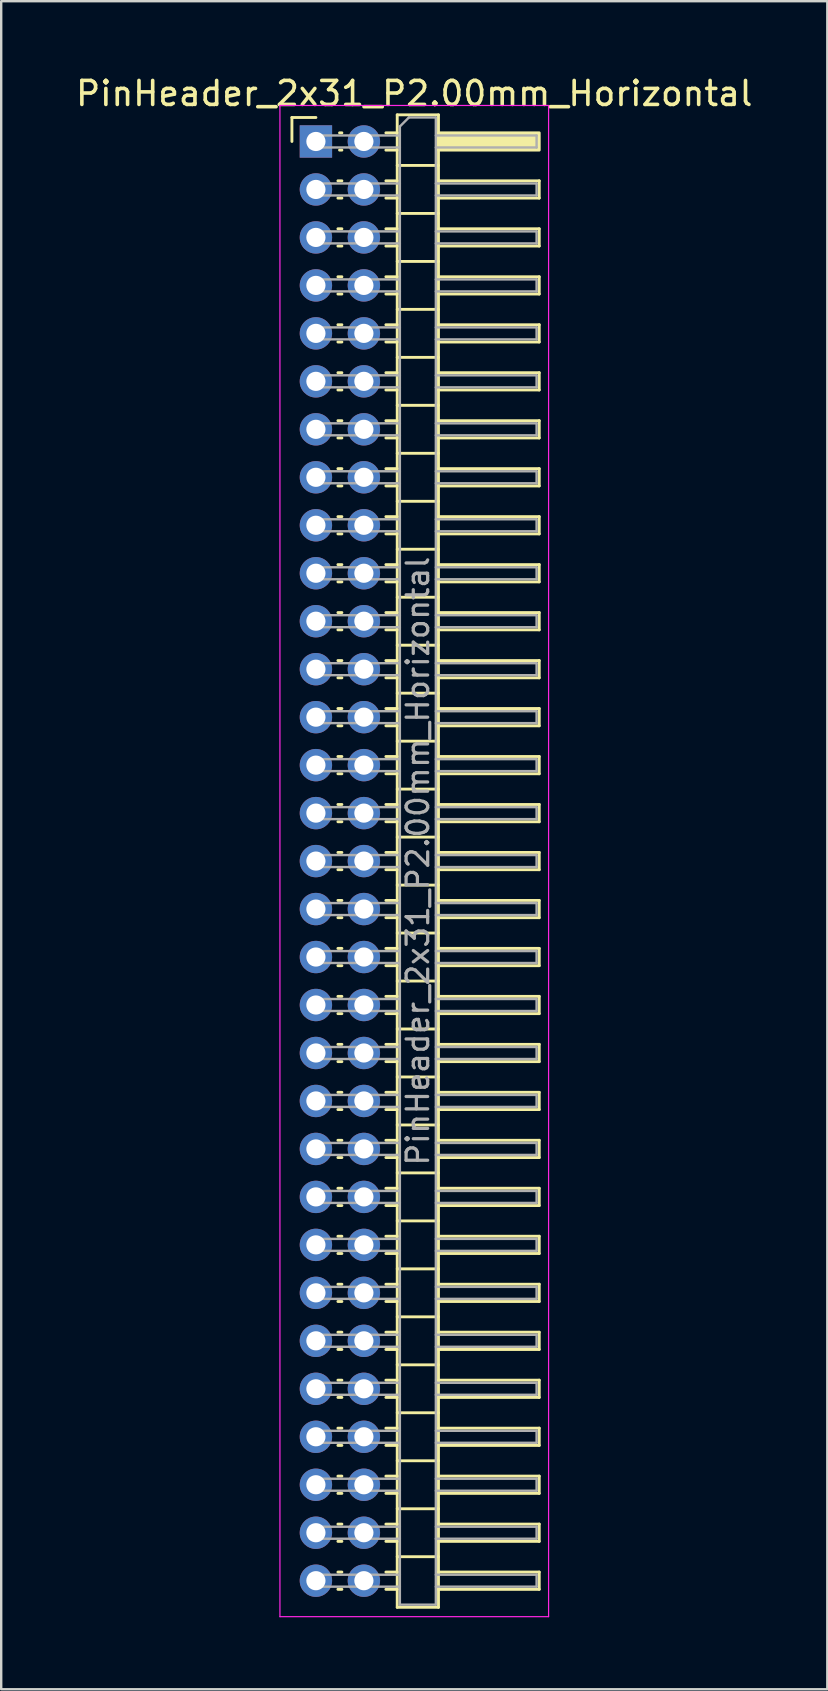
<source format=kicad_pcb>
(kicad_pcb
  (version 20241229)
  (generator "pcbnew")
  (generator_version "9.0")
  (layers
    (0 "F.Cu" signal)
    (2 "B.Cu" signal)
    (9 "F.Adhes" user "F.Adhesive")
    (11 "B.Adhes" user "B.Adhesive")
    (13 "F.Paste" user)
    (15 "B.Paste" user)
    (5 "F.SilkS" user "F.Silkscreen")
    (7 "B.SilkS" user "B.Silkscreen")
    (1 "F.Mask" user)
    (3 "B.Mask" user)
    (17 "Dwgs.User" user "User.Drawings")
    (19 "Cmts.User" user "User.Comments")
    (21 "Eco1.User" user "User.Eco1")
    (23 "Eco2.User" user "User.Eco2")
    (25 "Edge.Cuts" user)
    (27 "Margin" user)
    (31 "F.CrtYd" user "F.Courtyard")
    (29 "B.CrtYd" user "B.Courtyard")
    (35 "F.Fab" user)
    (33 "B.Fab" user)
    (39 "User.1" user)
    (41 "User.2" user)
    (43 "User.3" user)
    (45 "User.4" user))
  (footprint "PinHeader_2x31_P2.00mm_Horizontal"
    (layer "F.Cu")
    (at 10.12 2.848)
    (property "Reference" "PinHeader_2x31_P2.00mm_Horizontal" (at 4.1 -2 0) (layer "F.SilkS") (effects (font (size 1 1) (thickness 0.15))))
    (attr through_hole)
    (fp_line (start -1 -1) (end 0 -1) (stroke (width 0.12) (type solid)) (layer "F.SilkS"))
    (fp_line (start -1 0) (end -1 -1) (stroke (width 0.12) (type solid)) (layer "F.SilkS"))
    (fp_line (start 0.917 1.64) (end 1.083 1.64) (stroke (width 0.12) (type solid)) (layer "F.SilkS"))
    (fp_line (start 0.917 2.36) (end 1.083 2.36) (stroke (width 0.12) (type solid)) (layer "F.SilkS"))
    (fp_line (start 0.917 3.64) (end 1.083 3.64) (stroke (width 0.12) (type solid)) (layer "F.SilkS"))
    (fp_line (start 0.917 4.36) (end 1.083 4.36) (stroke (width 0.12) (type solid)) (layer "F.SilkS"))
    (fp_line (start 0.917 5.64) (end 1.083 5.64) (stroke (width 0.12) (type solid)) (layer "F.SilkS"))
    (fp_line (start 0.917 6.36) (end 1.083 6.36) (stroke (width 0.12) (type solid)) (layer "F.SilkS"))
    (fp_line (start 0.917 7.64) (end 1.083 7.64) (stroke (width 0.12) (type solid)) (layer "F.SilkS"))
    (fp_line (start 0.917 8.36) (end 1.083 8.36) (stroke (width 0.12) (type solid)) (layer "F.SilkS"))
    (fp_line (start 0.917 9.64) (end 1.083 9.64) (stroke (width 0.12) (type solid)) (layer "F.SilkS"))
    (fp_line (start 0.917 10.36) (end 1.083 10.36) (stroke (width 0.12) (type solid)) (layer "F.SilkS"))
    (fp_line (start 0.917 11.64) (end 1.083 11.64) (stroke (width 0.12) (type solid)) (layer "F.SilkS"))
    (fp_line (start 0.917 12.36) (end 1.083 12.36) (stroke (width 0.12) (type solid)) (layer "F.SilkS"))
    (fp_line (start 0.917 13.64) (end 1.083 13.64) (stroke (width 0.12) (type solid)) (layer "F.SilkS"))
    (fp_line (start 0.917 14.36) (end 1.083 14.36) (stroke (width 0.12) (type solid)) (layer "F.SilkS"))
    (fp_line (start 0.917 15.64) (end 1.083 15.64) (stroke (width 0.12) (type solid)) (layer "F.SilkS"))
    (fp_line (start 0.917 16.36) (end 1.083 16.36) (stroke (width 0.12) (type solid)) (layer "F.SilkS"))
    (fp_line (start 0.917 17.64) (end 1.083 17.64) (stroke (width 0.12) (type solid)) (layer "F.SilkS"))
    (fp_line (start 0.917 18.36) (end 1.083 18.36) (stroke (width 0.12) (type solid)) (layer "F.SilkS"))
    (fp_line (start 0.917 19.64) (end 1.083 19.64) (stroke (width 0.12) (type solid)) (layer "F.SilkS"))
    (fp_line (start 0.917 20.36) (end 1.083 20.36) (stroke (width 0.12) (type solid)) (layer "F.SilkS"))
    (fp_line (start 0.917 21.64) (end 1.083 21.64) (stroke (width 0.12) (type solid)) (layer "F.SilkS"))
    (fp_line (start 0.917 22.36) (end 1.083 22.36) (stroke (width 0.12) (type solid)) (layer "F.SilkS"))
    (fp_line (start 0.917 23.64) (end 1.083 23.64) (stroke (width 0.12) (type solid)) (layer "F.SilkS"))
    (fp_line (start 0.917 24.36) (end 1.083 24.36) (stroke (width 0.12) (type solid)) (layer "F.SilkS"))
    (fp_line (start 0.917 25.64) (end 1.083 25.64) (stroke (width 0.12) (type solid)) (layer "F.SilkS"))
    (fp_line (start 0.917 26.36) (end 1.083 26.36) (stroke (width 0.12) (type solid)) (layer "F.SilkS"))
    (fp_line (start 0.917 27.64) (end 1.083 27.64) (stroke (width 0.12) (type solid)) (layer "F.SilkS"))
    (fp_line (start 0.917 28.36) (end 1.083 28.36) (stroke (width 0.12) (type solid)) (layer "F.SilkS"))
    (fp_line (start 0.917 29.64) (end 1.083 29.64) (stroke (width 0.12) (type solid)) (layer "F.SilkS"))
    (fp_line (start 0.917 30.36) (end 1.083 30.36) (stroke (width 0.12) (type solid)) (layer "F.SilkS"))
    (fp_line (start 0.917 31.64) (end 1.083 31.64) (stroke (width 0.12) (type solid)) (layer "F.SilkS"))
    (fp_line (start 0.917 32.36) (end 1.083 32.36) (stroke (width 0.12) (type solid)) (layer "F.SilkS"))
    (fp_line (start 0.917 33.64) (end 1.083 33.64) (stroke (width 0.12) (type solid)) (layer "F.SilkS"))
    (fp_line (start 0.917 34.36) (end 1.083 34.36) (stroke (width 0.12) (type solid)) (layer "F.SilkS"))
    (fp_line (start 0.917 35.64) (end 1.083 35.64) (stroke (width 0.12) (type solid)) (layer "F.SilkS"))
    (fp_line (start 0.917 36.36) (end 1.083 36.36) (stroke (width 0.12) (type solid)) (layer "F.SilkS"))
    (fp_line (start 0.917 37.64) (end 1.083 37.64) (stroke (width 0.12) (type solid)) (layer "F.SilkS"))
    (fp_line (start 0.917 38.36) (end 1.083 38.36) (stroke (width 0.12) (type solid)) (layer "F.SilkS"))
    (fp_line (start 0.917 39.64) (end 1.083 39.64) (stroke (width 0.12) (type solid)) (layer "F.SilkS"))
    (fp_line (start 0.917 40.36) (end 1.083 40.36) (stroke (width 0.12) (type solid)) (layer "F.SilkS"))
    (fp_line (start 0.917 41.64) (end 1.083 41.64) (stroke (width 0.12) (type solid)) (layer "F.SilkS"))
    (fp_line (start 0.917 42.36) (end 1.083 42.36) (stroke (width 0.12) (type solid)) (layer "F.SilkS"))
    (fp_line (start 0.917 43.64) (end 1.083 43.64) (stroke (width 0.12) (type solid)) (layer "F.SilkS"))
    (fp_line (start 0.917 44.36) (end 1.083 44.36) (stroke (width 0.12) (type solid)) (layer "F.SilkS"))
    (fp_line (start 0.917 45.64) (end 1.083 45.64) (stroke (width 0.12) (type solid)) (layer "F.SilkS"))
    (fp_line (start 0.917 46.36) (end 1.083 46.36) (stroke (width 0.12) (type solid)) (layer "F.SilkS"))
    (fp_line (start 0.917 47.64) (end 1.083 47.64) (stroke (width 0.12) (type solid)) (layer "F.SilkS"))
    (fp_line (start 0.917 48.36) (end 1.083 48.36) (stroke (width 0.12) (type solid)) (layer "F.SilkS"))
    (fp_line (start 0.917 49.64) (end 1.083 49.64) (stroke (width 0.12) (type solid)) (layer "F.SilkS"))
    (fp_line (start 0.917 50.36) (end 1.083 50.36) (stroke (width 0.12) (type solid)) (layer "F.SilkS"))
    (fp_line (start 0.917 51.64) (end 1.083 51.64) (stroke (width 0.12) (type solid)) (layer "F.SilkS"))
    (fp_line (start 0.917 52.36) (end 1.083 52.36) (stroke (width 0.12) (type solid)) (layer "F.SilkS"))
    (fp_line (start 0.917 53.64) (end 1.083 53.64) (stroke (width 0.12) (type solid)) (layer "F.SilkS"))
    (fp_line (start 0.917 54.36) (end 1.083 54.36) (stroke (width 0.12) (type solid)) (layer "F.SilkS"))
    (fp_line (start 0.917 55.64) (end 1.083 55.64) (stroke (width 0.12) (type solid)) (layer "F.SilkS"))
    (fp_line (start 0.917 56.36) (end 1.083 56.36) (stroke (width 0.12) (type solid)) (layer "F.SilkS"))
    (fp_line (start 0.917 57.64) (end 1.083 57.64) (stroke (width 0.12) (type solid)) (layer "F.SilkS"))
    (fp_line (start 0.917 58.36) (end 1.083 58.36) (stroke (width 0.12) (type solid)) (layer "F.SilkS"))
    (fp_line (start 0.917 59.64) (end 1.083 59.64) (stroke (width 0.12) (type solid)) (layer "F.SilkS"))
    (fp_line (start 0.917 60.36) (end 1.083 60.36) (stroke (width 0.12) (type solid)) (layer "F.SilkS"))
    (fp_line (start 0.985 -0.36) (end 1.083 -0.36) (stroke (width 0.12) (type solid)) (layer "F.SilkS"))
    (fp_line (start 0.985 0.36) (end 1.083 0.36) (stroke (width 0.12) (type solid)) (layer "F.SilkS"))
    (fp_line (start 2.917 -0.36) (end 3.39 -0.36) (stroke (width 0.12) (type solid)) (layer "F.SilkS"))
    (fp_line (start 2.917 0.36) (end 3.39 0.36) (stroke (width 0.12) (type solid)) (layer "F.SilkS"))
    (fp_line (start 2.917 1.64) (end 3.39 1.64) (stroke (width 0.12) (type solid)) (layer "F.SilkS"))
    (fp_line (start 2.917 2.36) (end 3.39 2.36) (stroke (width 0.12) (type solid)) (layer "F.SilkS"))
    (fp_line (start 2.917 3.64) (end 3.39 3.64) (stroke (width 0.12) (type solid)) (layer "F.SilkS"))
    (fp_line (start 2.917 4.36) (end 3.39 4.36) (stroke (width 0.12) (type solid)) (layer "F.SilkS"))
    (fp_line (start 2.917 5.64) (end 3.39 5.64) (stroke (width 0.12) (type solid)) (layer "F.SilkS"))
    (fp_line (start 2.917 6.36) (end 3.39 6.36) (stroke (width 0.12) (type solid)) (layer "F.SilkS"))
    (fp_line (start 2.917 7.64) (end 3.39 7.64) (stroke (width 0.12) (type solid)) (layer "F.SilkS"))
    (fp_line (start 2.917 8.36) (end 3.39 8.36) (stroke (width 0.12) (type solid)) (layer "F.SilkS"))
    (fp_line (start 2.917 9.64) (end 3.39 9.64) (stroke (width 0.12) (type solid)) (layer "F.SilkS"))
    (fp_line (start 2.917 10.36) (end 3.39 10.36) (stroke (width 0.12) (type solid)) (layer "F.SilkS"))
    (fp_line (start 2.917 11.64) (end 3.39 11.64) (stroke (width 0.12) (type solid)) (layer "F.SilkS"))
    (fp_line (start 2.917 12.36) (end 3.39 12.36) (stroke (width 0.12) (type solid)) (layer "F.SilkS"))
    (fp_line (start 2.917 13.64) (end 3.39 13.64) (stroke (width 0.12) (type solid)) (layer "F.SilkS"))
    (fp_line (start 2.917 14.36) (end 3.39 14.36) (stroke (width 0.12) (type solid)) (layer "F.SilkS"))
    (fp_line (start 2.917 15.64) (end 3.39 15.64) (stroke (width 0.12) (type solid)) (layer "F.SilkS"))
    (fp_line (start 2.917 16.36) (end 3.39 16.36) (stroke (width 0.12) (type solid)) (layer "F.SilkS"))
    (fp_line (start 2.917 17.64) (end 3.39 17.64) (stroke (width 0.12) (type solid)) (layer "F.SilkS"))
    (fp_line (start 2.917 18.36) (end 3.39 18.36) (stroke (width 0.12) (type solid)) (layer "F.SilkS"))
    (fp_line (start 2.917 19.64) (end 3.39 19.64) (stroke (width 0.12) (type solid)) (layer "F.SilkS"))
    (fp_line (start 2.917 20.36) (end 3.39 20.36) (stroke (width 0.12) (type solid)) (layer "F.SilkS"))
    (fp_line (start 2.917 21.64) (end 3.39 21.64) (stroke (width 0.12) (type solid)) (layer "F.SilkS"))
    (fp_line (start 2.917 22.36) (end 3.39 22.36) (stroke (width 0.12) (type solid)) (layer "F.SilkS"))
    (fp_line (start 2.917 23.64) (end 3.39 23.64) (stroke (width 0.12) (type solid)) (layer "F.SilkS"))
    (fp_line (start 2.917 24.36) (end 3.39 24.36) (stroke (width 0.12) (type solid)) (layer "F.SilkS"))
    (fp_line (start 2.917 25.64) (end 3.39 25.64) (stroke (width 0.12) (type solid)) (layer "F.SilkS"))
    (fp_line (start 2.917 26.36) (end 3.39 26.36) (stroke (width 0.12) (type solid)) (layer "F.SilkS"))
    (fp_line (start 2.917 27.64) (end 3.39 27.64) (stroke (width 0.12) (type solid)) (layer "F.SilkS"))
    (fp_line (start 2.917 28.36) (end 3.39 28.36) (stroke (width 0.12) (type solid)) (layer "F.SilkS"))
    (fp_line (start 2.917 29.64) (end 3.39 29.64) (stroke (width 0.12) (type solid)) (layer "F.SilkS"))
    (fp_line (start 2.917 30.36) (end 3.39 30.36) (stroke (width 0.12) (type solid)) (layer "F.SilkS"))
    (fp_line (start 2.917 31.64) (end 3.39 31.64) (stroke (width 0.12) (type solid)) (layer "F.SilkS"))
    (fp_line (start 2.917 32.36) (end 3.39 32.36) (stroke (width 0.12) (type solid)) (layer "F.SilkS"))
    (fp_line (start 2.917 33.64) (end 3.39 33.64) (stroke (width 0.12) (type solid)) (layer "F.SilkS"))
    (fp_line (start 2.917 34.36) (end 3.39 34.36) (stroke (width 0.12) (type solid)) (layer "F.SilkS"))
    (fp_line (start 2.917 35.64) (end 3.39 35.64) (stroke (width 0.12) (type solid)) (layer "F.SilkS"))
    (fp_line (start 2.917 36.36) (end 3.39 36.36) (stroke (width 0.12) (type solid)) (layer "F.SilkS"))
    (fp_line (start 2.917 37.64) (end 3.39 37.64) (stroke (width 0.12) (type solid)) (layer "F.SilkS"))
    (fp_line (start 2.917 38.36) (end 3.39 38.36) (stroke (width 0.12) (type solid)) (layer "F.SilkS"))
    (fp_line (start 2.917 39.64) (end 3.39 39.64) (stroke (width 0.12) (type solid)) (layer "F.SilkS"))
    (fp_line (start 2.917 40.36) (end 3.39 40.36) (stroke (width 0.12) (type solid)) (layer "F.SilkS"))
    (fp_line (start 2.917 41.64) (end 3.39 41.64) (stroke (width 0.12) (type solid)) (layer "F.SilkS"))
    (fp_line (start 2.917 42.36) (end 3.39 42.36) (stroke (width 0.12) (type solid)) (layer "F.SilkS"))
    (fp_line (start 2.917 43.64) (end 3.39 43.64) (stroke (width 0.12) (type solid)) (layer "F.SilkS"))
    (fp_line (start 2.917 44.36) (end 3.39 44.36) (stroke (width 0.12) (type solid)) (layer "F.SilkS"))
    (fp_line (start 2.917 45.64) (end 3.39 45.64) (stroke (width 0.12) (type solid)) (layer "F.SilkS"))
    (fp_line (start 2.917 46.36) (end 3.39 46.36) (stroke (width 0.12) (type solid)) (layer "F.SilkS"))
    (fp_line (start 2.917 47.64) (end 3.39 47.64) (stroke (width 0.12) (type solid)) (layer "F.SilkS"))
    (fp_line (start 2.917 48.36) (end 3.39 48.36) (stroke (width 0.12) (type solid)) (layer "F.SilkS"))
    (fp_line (start 2.917 49.64) (end 3.39 49.64) (stroke (width 0.12) (type solid)) (layer "F.SilkS"))
    (fp_line (start 2.917 50.36) (end 3.39 50.36) (stroke (width 0.12) (type solid)) (layer "F.SilkS"))
    (fp_line (start 2.917 51.64) (end 3.39 51.64) (stroke (width 0.12) (type solid)) (layer "F.SilkS"))
    (fp_line (start 2.917 52.36) (end 3.39 52.36) (stroke (width 0.12) (type solid)) (layer "F.SilkS"))
    (fp_line (start 2.917 53.64) (end 3.39 53.64) (stroke (width 0.12) (type solid)) (layer "F.SilkS"))
    (fp_line (start 2.917 54.36) (end 3.39 54.36) (stroke (width 0.12) (type solid)) (layer "F.SilkS"))
    (fp_line (start 2.917 55.64) (end 3.39 55.64) (stroke (width 0.12) (type solid)) (layer "F.SilkS"))
    (fp_line (start 2.917 56.36) (end 3.39 56.36) (stroke (width 0.12) (type solid)) (layer "F.SilkS"))
    (fp_line (start 2.917 57.64) (end 3.39 57.64) (stroke (width 0.12) (type solid)) (layer "F.SilkS"))
    (fp_line (start 2.917 58.36) (end 3.39 58.36) (stroke (width 0.12) (type solid)) (layer "F.SilkS"))
    (fp_line (start 2.917 59.64) (end 3.39 59.64) (stroke (width 0.12) (type solid)) (layer "F.SilkS"))
    (fp_line (start 2.917 60.36) (end 3.39 60.36) (stroke (width 0.12) (type solid)) (layer "F.SilkS"))
    (fp_line (start 3.39 -1.11) (end 3.39 61.11) (stroke (width 0.12) (type solid)) (layer "F.SilkS"))
    (fp_line (start 3.39 1) (end 5.11 1) (stroke (width 0.12) (type solid)) (layer "F.SilkS"))
    (fp_line (start 3.39 3) (end 5.11 3) (stroke (width 0.12) (type solid)) (layer "F.SilkS"))
    (fp_line (start 3.39 5) (end 5.11 5) (stroke (width 0.12) (type solid)) (layer "F.SilkS"))
    (fp_line (start 3.39 7) (end 5.11 7) (stroke (width 0.12) (type solid)) (layer "F.SilkS"))
    (fp_line (start 3.39 9) (end 5.11 9) (stroke (width 0.12) (type solid)) (layer "F.SilkS"))
    (fp_line (start 3.39 11) (end 5.11 11) (stroke (width 0.12) (type solid)) (layer "F.SilkS"))
    (fp_line (start 3.39 13) (end 5.11 13) (stroke (width 0.12) (type solid)) (layer "F.SilkS"))
    (fp_line (start 3.39 15) (end 5.11 15) (stroke (width 0.12) (type solid)) (layer "F.SilkS"))
    (fp_line (start 3.39 17) (end 5.11 17) (stroke (width 0.12) (type solid)) (layer "F.SilkS"))
    (fp_line (start 3.39 19) (end 5.11 19) (stroke (width 0.12) (type solid)) (layer "F.SilkS"))
    (fp_line (start 3.39 21) (end 5.11 21) (stroke (width 0.12) (type solid)) (layer "F.SilkS"))
    (fp_line (start 3.39 23) (end 5.11 23) (stroke (width 0.12) (type solid)) (layer "F.SilkS"))
    (fp_line (start 3.39 25) (end 5.11 25) (stroke (width 0.12) (type solid)) (layer "F.SilkS"))
    (fp_line (start 3.39 27) (end 5.11 27) (stroke (width 0.12) (type solid)) (layer "F.SilkS"))
    (fp_line (start 3.39 29) (end 5.11 29) (stroke (width 0.12) (type solid)) (layer "F.SilkS"))
    (fp_line (start 3.39 31) (end 5.11 31) (stroke (width 0.12) (type solid)) (layer "F.SilkS"))
    (fp_line (start 3.39 33) (end 5.11 33) (stroke (width 0.12) (type solid)) (layer "F.SilkS"))
    (fp_line (start 3.39 35) (end 5.11 35) (stroke (width 0.12) (type solid)) (layer "F.SilkS"))
    (fp_line (start 3.39 37) (end 5.11 37) (stroke (width 0.12) (type solid)) (layer "F.SilkS"))
    (fp_line (start 3.39 39) (end 5.11 39) (stroke (width 0.12) (type solid)) (layer "F.SilkS"))
    (fp_line (start 3.39 41) (end 5.11 41) (stroke (width 0.12) (type solid)) (layer "F.SilkS"))
    (fp_line (start 3.39 43) (end 5.11 43) (stroke (width 0.12) (type solid)) (layer "F.SilkS"))
    (fp_line (start 3.39 45) (end 5.11 45) (stroke (width 0.12) (type solid)) (layer "F.SilkS"))
    (fp_line (start 3.39 47) (end 5.11 47) (stroke (width 0.12) (type solid)) (layer "F.SilkS"))
    (fp_line (start 3.39 49) (end 5.11 49) (stroke (width 0.12) (type solid)) (layer "F.SilkS"))
    (fp_line (start 3.39 51) (end 5.11 51) (stroke (width 0.12) (type solid)) (layer "F.SilkS"))
    (fp_line (start 3.39 53) (end 5.11 53) (stroke (width 0.12) (type solid)) (layer "F.SilkS"))
    (fp_line (start 3.39 55) (end 5.11 55) (stroke (width 0.12) (type solid)) (layer "F.SilkS"))
    (fp_line (start 3.39 57) (end 5.11 57) (stroke (width 0.12) (type solid)) (layer "F.SilkS"))
    (fp_line (start 3.39 59) (end 5.11 59) (stroke (width 0.12) (type solid)) (layer "F.SilkS"))
    (fp_line (start 3.39 61.11) (end 5.11 61.11) (stroke (width 0.12) (type solid)) (layer "F.SilkS"))
    (fp_line (start 5.11 -1.11) (end 3.39 -1.11) (stroke (width 0.12) (type solid)) (layer "F.SilkS"))
    (fp_line (start 5.11 1.64) (end 9.31 1.64) (stroke (width 0.12) (type solid)) (layer "F.SilkS"))
    (fp_line (start 5.11 3.64) (end 9.31 3.64) (stroke (width 0.12) (type solid)) (layer "F.SilkS"))
    (fp_line (start 5.11 5.64) (end 9.31 5.64) (stroke (width 0.12) (type solid)) (layer "F.SilkS"))
    (fp_line (start 5.11 7.64) (end 9.31 7.64) (stroke (width 0.12) (type solid)) (layer "F.SilkS"))
    (fp_line (start 5.11 9.64) (end 9.31 9.64) (stroke (width 0.12) (type solid)) (layer "F.SilkS"))
    (fp_line (start 5.11 11.64) (end 9.31 11.64) (stroke (width 0.12) (type solid)) (layer "F.SilkS"))
    (fp_line (start 5.11 13.64) (end 9.31 13.64) (stroke (width 0.12) (type solid)) (layer "F.SilkS"))
    (fp_line (start 5.11 15.64) (end 9.31 15.64) (stroke (width 0.12) (type solid)) (layer "F.SilkS"))
    (fp_line (start 5.11 17.64) (end 9.31 17.64) (stroke (width 0.12) (type solid)) (layer "F.SilkS"))
    (fp_line (start 5.11 19.64) (end 9.31 19.64) (stroke (width 0.12) (type solid)) (layer "F.SilkS"))
    (fp_line (start 5.11 21.64) (end 9.31 21.64) (stroke (width 0.12) (type solid)) (layer "F.SilkS"))
    (fp_line (start 5.11 23.64) (end 9.31 23.64) (stroke (width 0.12) (type solid)) (layer "F.SilkS"))
    (fp_line (start 5.11 25.64) (end 9.31 25.64) (stroke (width 0.12) (type solid)) (layer "F.SilkS"))
    (fp_line (start 5.11 27.64) (end 9.31 27.64) (stroke (width 0.12) (type solid)) (layer "F.SilkS"))
    (fp_line (start 5.11 29.64) (end 9.31 29.64) (stroke (width 0.12) (type solid)) (layer "F.SilkS"))
    (fp_line (start 5.11 31.64) (end 9.31 31.64) (stroke (width 0.12) (type solid)) (layer "F.SilkS"))
    (fp_line (start 5.11 33.64) (end 9.31 33.64) (stroke (width 0.12) (type solid)) (layer "F.SilkS"))
    (fp_line (start 5.11 35.64) (end 9.31 35.64) (stroke (width 0.12) (type solid)) (layer "F.SilkS"))
    (fp_line (start 5.11 37.64) (end 9.31 37.64) (stroke (width 0.12) (type solid)) (layer "F.SilkS"))
    (fp_line (start 5.11 39.64) (end 9.31 39.64) (stroke (width 0.12) (type solid)) (layer "F.SilkS"))
    (fp_line (start 5.11 41.64) (end 9.31 41.64) (stroke (width 0.12) (type solid)) (layer "F.SilkS"))
    (fp_line (start 5.11 43.64) (end 9.31 43.64) (stroke (width 0.12) (type solid)) (layer "F.SilkS"))
    (fp_line (start 5.11 45.64) (end 9.31 45.64) (stroke (width 0.12) (type solid)) (layer "F.SilkS"))
    (fp_line (start 5.11 47.64) (end 9.31 47.64) (stroke (width 0.12) (type solid)) (layer "F.SilkS"))
    (fp_line (start 5.11 49.64) (end 9.31 49.64) (stroke (width 0.12) (type solid)) (layer "F.SilkS"))
    (fp_line (start 5.11 51.64) (end 9.31 51.64) (stroke (width 0.12) (type solid)) (layer "F.SilkS"))
    (fp_line (start 5.11 53.64) (end 9.31 53.64) (stroke (width 0.12) (type solid)) (layer "F.SilkS"))
    (fp_line (start 5.11 55.64) (end 9.31 55.64) (stroke (width 0.12) (type solid)) (layer "F.SilkS"))
    (fp_line (start 5.11 57.64) (end 9.31 57.64) (stroke (width 0.12) (type solid)) (layer "F.SilkS"))
    (fp_line (start 5.11 59.64) (end 9.31 59.64) (stroke (width 0.12) (type solid)) (layer "F.SilkS"))
    (fp_line (start 5.11 61.11) (end 5.11 -1.11) (stroke (width 0.12) (type solid)) (layer "F.SilkS"))
    (fp_line (start 9.31 1.64) (end 9.31 2.36) (stroke (width 0.12) (type solid)) (layer "F.SilkS"))
    (fp_line (start 9.31 2.36) (end 5.11 2.36) (stroke (width 0.12) (type solid)) (layer "F.SilkS"))
    (fp_line (start 9.31 3.64) (end 9.31 4.36) (stroke (width 0.12) (type solid)) (layer "F.SilkS"))
    (fp_line (start 9.31 4.36) (end 5.11 4.36) (stroke (width 0.12) (type solid)) (layer "F.SilkS"))
    (fp_line (start 9.31 5.64) (end 9.31 6.36) (stroke (width 0.12) (type solid)) (layer "F.SilkS"))
    (fp_line (start 9.31 6.36) (end 5.11 6.36) (stroke (width 0.12) (type solid)) (layer "F.SilkS"))
    (fp_line (start 9.31 7.64) (end 9.31 8.36) (stroke (width 0.12) (type solid)) (layer "F.SilkS"))
    (fp_line (start 9.31 8.36) (end 5.11 8.36) (stroke (width 0.12) (type solid)) (layer "F.SilkS"))
    (fp_line (start 9.31 9.64) (end 9.31 10.36) (stroke (width 0.12) (type solid)) (layer "F.SilkS"))
    (fp_line (start 9.31 10.36) (end 5.11 10.36) (stroke (width 0.12) (type solid)) (layer "F.SilkS"))
    (fp_line (start 9.31 11.64) (end 9.31 12.36) (stroke (width 0.12) (type solid)) (layer "F.SilkS"))
    (fp_line (start 9.31 12.36) (end 5.11 12.36) (stroke (width 0.12) (type solid)) (layer "F.SilkS"))
    (fp_line (start 9.31 13.64) (end 9.31 14.36) (stroke (width 0.12) (type solid)) (layer "F.SilkS"))
    (fp_line (start 9.31 14.36) (end 5.11 14.36) (stroke (width 0.12) (type solid)) (layer "F.SilkS"))
    (fp_line (start 9.31 15.64) (end 9.31 16.36) (stroke (width 0.12) (type solid)) (layer "F.SilkS"))
    (fp_line (start 9.31 16.36) (end 5.11 16.36) (stroke (width 0.12) (type solid)) (layer "F.SilkS"))
    (fp_line (start 9.31 17.64) (end 9.31 18.36) (stroke (width 0.12) (type solid)) (layer "F.SilkS"))
    (fp_line (start 9.31 18.36) (end 5.11 18.36) (stroke (width 0.12) (type solid)) (layer "F.SilkS"))
    (fp_line (start 9.31 19.64) (end 9.31 20.36) (stroke (width 0.12) (type solid)) (layer "F.SilkS"))
    (fp_line (start 9.31 20.36) (end 5.11 20.36) (stroke (width 0.12) (type solid)) (layer "F.SilkS"))
    (fp_line (start 9.31 21.64) (end 9.31 22.36) (stroke (width 0.12) (type solid)) (layer "F.SilkS"))
    (fp_line (start 9.31 22.36) (end 5.11 22.36) (stroke (width 0.12) (type solid)) (layer "F.SilkS"))
    (fp_line (start 9.31 23.64) (end 9.31 24.36) (stroke (width 0.12) (type solid)) (layer "F.SilkS"))
    (fp_line (start 9.31 24.36) (end 5.11 24.36) (stroke (width 0.12) (type solid)) (layer "F.SilkS"))
    (fp_line (start 9.31 25.64) (end 9.31 26.36) (stroke (width 0.12) (type solid)) (layer "F.SilkS"))
    (fp_line (start 9.31 26.36) (end 5.11 26.36) (stroke (width 0.12) (type solid)) (layer "F.SilkS"))
    (fp_line (start 9.31 27.64) (end 9.31 28.36) (stroke (width 0.12) (type solid)) (layer "F.SilkS"))
    (fp_line (start 9.31 28.36) (end 5.11 28.36) (stroke (width 0.12) (type solid)) (layer "F.SilkS"))
    (fp_line (start 9.31 29.64) (end 9.31 30.36) (stroke (width 0.12) (type solid)) (layer "F.SilkS"))
    (fp_line (start 9.31 30.36) (end 5.11 30.36) (stroke (width 0.12) (type solid)) (layer "F.SilkS"))
    (fp_line (start 9.31 31.64) (end 9.31 32.36) (stroke (width 0.12) (type solid)) (layer "F.SilkS"))
    (fp_line (start 9.31 32.36) (end 5.11 32.36) (stroke (width 0.12) (type solid)) (layer "F.SilkS"))
    (fp_line (start 9.31 33.64) (end 9.31 34.36) (stroke (width 0.12) (type solid)) (layer "F.SilkS"))
    (fp_line (start 9.31 34.36) (end 5.11 34.36) (stroke (width 0.12) (type solid)) (layer "F.SilkS"))
    (fp_line (start 9.31 35.64) (end 9.31 36.36) (stroke (width 0.12) (type solid)) (layer "F.SilkS"))
    (fp_line (start 9.31 36.36) (end 5.11 36.36) (stroke (width 0.12) (type solid)) (layer "F.SilkS"))
    (fp_line (start 9.31 37.64) (end 9.31 38.36) (stroke (width 0.12) (type solid)) (layer "F.SilkS"))
    (fp_line (start 9.31 38.36) (end 5.11 38.36) (stroke (width 0.12) (type solid)) (layer "F.SilkS"))
    (fp_line (start 9.31 39.64) (end 9.31 40.36) (stroke (width 0.12) (type solid)) (layer "F.SilkS"))
    (fp_line (start 9.31 40.36) (end 5.11 40.36) (stroke (width 0.12) (type solid)) (layer "F.SilkS"))
    (fp_line (start 9.31 41.64) (end 9.31 42.36) (stroke (width 0.12) (type solid)) (layer "F.SilkS"))
    (fp_line (start 9.31 42.36) (end 5.11 42.36) (stroke (width 0.12) (type solid)) (layer "F.SilkS"))
    (fp_line (start 9.31 43.64) (end 9.31 44.36) (stroke (width 0.12) (type solid)) (layer "F.SilkS"))
    (fp_line (start 9.31 44.36) (end 5.11 44.36) (stroke (width 0.12) (type solid)) (layer "F.SilkS"))
    (fp_line (start 9.31 45.64) (end 9.31 46.36) (stroke (width 0.12) (type solid)) (layer "F.SilkS"))
    (fp_line (start 9.31 46.36) (end 5.11 46.36) (stroke (width 0.12) (type solid)) (layer "F.SilkS"))
    (fp_line (start 9.31 47.64) (end 9.31 48.36) (stroke (width 0.12) (type solid)) (layer "F.SilkS"))
    (fp_line (start 9.31 48.36) (end 5.11 48.36) (stroke (width 0.12) (type solid)) (layer "F.SilkS"))
    (fp_line (start 9.31 49.64) (end 9.31 50.36) (stroke (width 0.12) (type solid)) (layer "F.SilkS"))
    (fp_line (start 9.31 50.36) (end 5.11 50.36) (stroke (width 0.12) (type solid)) (layer "F.SilkS"))
    (fp_line (start 9.31 51.64) (end 9.31 52.36) (stroke (width 0.12) (type solid)) (layer "F.SilkS"))
    (fp_line (start 9.31 52.36) (end 5.11 52.36) (stroke (width 0.12) (type solid)) (layer "F.SilkS"))
    (fp_line (start 9.31 53.64) (end 9.31 54.36) (stroke (width 0.12) (type solid)) (layer "F.SilkS"))
    (fp_line (start 9.31 54.36) (end 5.11 54.36) (stroke (width 0.12) (type solid)) (layer "F.SilkS"))
    (fp_line (start 9.31 55.64) (end 9.31 56.36) (stroke (width 0.12) (type solid)) (layer "F.SilkS"))
    (fp_line (start 9.31 56.36) (end 5.11 56.36) (stroke (width 0.12) (type solid)) (layer "F.SilkS"))
    (fp_line (start 9.31 57.64) (end 9.31 58.36) (stroke (width 0.12) (type solid)) (layer "F.SilkS"))
    (fp_line (start 9.31 58.36) (end 5.11 58.36) (stroke (width 0.12) (type solid)) (layer "F.SilkS"))
    (fp_line (start 9.31 59.64) (end 9.31 60.36) (stroke (width 0.12) (type solid)) (layer "F.SilkS"))
    (fp_line (start 9.31 60.36) (end 5.11 60.36) (stroke (width 0.12) (type solid)) (layer "F.SilkS"))
    (fp_rect (start 5.11 -0.36) (end 9.31 0.36) (stroke (width 0.12) (type solid)) (fill yes) (layer "F.SilkS"))
    (fp_line (start -1.5 -1.5) (end -1.5 61.5) (stroke (width 0.05) (type solid)) (layer "F.CrtYd"))
    (fp_line (start -1.5 61.5) (end 9.7 61.5) (stroke (width 0.05) (type solid)) (layer "F.CrtYd"))
    (fp_line (start 9.7 -1.5) (end -1.5 -1.5) (stroke (width 0.05) (type solid)) (layer "F.CrtYd"))
    (fp_line (start 9.7 61.5) (end 9.7 -1.5) (stroke (width 0.05) (type solid)) (layer "F.CrtYd"))
    (fp_line (start -0.25 -0.25) (end -0.25 0.25) (stroke (width 0.1) (type solid)) (layer "F.Fab"))
    (fp_line (start -0.25 -0.25) (end 3.5 -0.25) (stroke (width 0.1) (type solid)) (layer "F.Fab"))
    (fp_line (start -0.25 0.25) (end 3.5 0.25) (stroke (width 0.1) (type solid)) (layer "F.Fab"))
    (fp_line (start -0.25 1.75) (end -0.25 2.25) (stroke (width 0.1) (type solid)) (layer "F.Fab"))
    (fp_line (start -0.25 1.75) (end 3.5 1.75) (stroke (width 0.1) (type solid)) (layer "F.Fab"))
    (fp_line (start -0.25 2.25) (end 3.5 2.25) (stroke (width 0.1) (type solid)) (layer "F.Fab"))
    (fp_line (start -0.25 3.75) (end -0.25 4.25) (stroke (width 0.1) (type solid)) (layer "F.Fab"))
    (fp_line (start -0.25 3.75) (end 3.5 3.75) (stroke (width 0.1) (type solid)) (layer "F.Fab"))
    (fp_line (start -0.25 4.25) (end 3.5 4.25) (stroke (width 0.1) (type solid)) (layer "F.Fab"))
    (fp_line (start -0.25 5.75) (end -0.25 6.25) (stroke (width 0.1) (type solid)) (layer "F.Fab"))
    (fp_line (start -0.25 5.75) (end 3.5 5.75) (stroke (width 0.1) (type solid)) (layer "F.Fab"))
    (fp_line (start -0.25 6.25) (end 3.5 6.25) (stroke (width 0.1) (type solid)) (layer "F.Fab"))
    (fp_line (start -0.25 7.75) (end -0.25 8.25) (stroke (width 0.1) (type solid)) (layer "F.Fab"))
    (fp_line (start -0.25 7.75) (end 3.5 7.75) (stroke (width 0.1) (type solid)) (layer "F.Fab"))
    (fp_line (start -0.25 8.25) (end 3.5 8.25) (stroke (width 0.1) (type solid)) (layer "F.Fab"))
    (fp_line (start -0.25 9.75) (end -0.25 10.25) (stroke (width 0.1) (type solid)) (layer "F.Fab"))
    (fp_line (start -0.25 9.75) (end 3.5 9.75) (stroke (width 0.1) (type solid)) (layer "F.Fab"))
    (fp_line (start -0.25 10.25) (end 3.5 10.25) (stroke (width 0.1) (type solid)) (layer "F.Fab"))
    (fp_line (start -0.25 11.75) (end -0.25 12.25) (stroke (width 0.1) (type solid)) (layer "F.Fab"))
    (fp_line (start -0.25 11.75) (end 3.5 11.75) (stroke (width 0.1) (type solid)) (layer "F.Fab"))
    (fp_line (start -0.25 12.25) (end 3.5 12.25) (stroke (width 0.1) (type solid)) (layer "F.Fab"))
    (fp_line (start -0.25 13.75) (end -0.25 14.25) (stroke (width 0.1) (type solid)) (layer "F.Fab"))
    (fp_line (start -0.25 13.75) (end 3.5 13.75) (stroke (width 0.1) (type solid)) (layer "F.Fab"))
    (fp_line (start -0.25 14.25) (end 3.5 14.25) (stroke (width 0.1) (type solid)) (layer "F.Fab"))
    (fp_line (start -0.25 15.75) (end -0.25 16.25) (stroke (width 0.1) (type solid)) (layer "F.Fab"))
    (fp_line (start -0.25 15.75) (end 3.5 15.75) (stroke (width 0.1) (type solid)) (layer "F.Fab"))
    (fp_line (start -0.25 16.25) (end 3.5 16.25) (stroke (width 0.1) (type solid)) (layer "F.Fab"))
    (fp_line (start -0.25 17.75) (end -0.25 18.25) (stroke (width 0.1) (type solid)) (layer "F.Fab"))
    (fp_line (start -0.25 17.75) (end 3.5 17.75) (stroke (width 0.1) (type solid)) (layer "F.Fab"))
    (fp_line (start -0.25 18.25) (end 3.5 18.25) (stroke (width 0.1) (type solid)) (layer "F.Fab"))
    (fp_line (start -0.25 19.75) (end -0.25 20.25) (stroke (width 0.1) (type solid)) (layer "F.Fab"))
    (fp_line (start -0.25 19.75) (end 3.5 19.75) (stroke (width 0.1) (type solid)) (layer "F.Fab"))
    (fp_line (start -0.25 20.25) (end 3.5 20.25) (stroke (width 0.1) (type solid)) (layer "F.Fab"))
    (fp_line (start -0.25 21.75) (end -0.25 22.25) (stroke (width 0.1) (type solid)) (layer "F.Fab"))
    (fp_line (start -0.25 21.75) (end 3.5 21.75) (stroke (width 0.1) (type solid)) (layer "F.Fab"))
    (fp_line (start -0.25 22.25) (end 3.5 22.25) (stroke (width 0.1) (type solid)) (layer "F.Fab"))
    (fp_line (start -0.25 23.75) (end -0.25 24.25) (stroke (width 0.1) (type solid)) (layer "F.Fab"))
    (fp_line (start -0.25 23.75) (end 3.5 23.75) (stroke (width 0.1) (type solid)) (layer "F.Fab"))
    (fp_line (start -0.25 24.25) (end 3.5 24.25) (stroke (width 0.1) (type solid)) (layer "F.Fab"))
    (fp_line (start -0.25 25.75) (end -0.25 26.25) (stroke (width 0.1) (type solid)) (layer "F.Fab"))
    (fp_line (start -0.25 25.75) (end 3.5 25.75) (stroke (width 0.1) (type solid)) (layer "F.Fab"))
    (fp_line (start -0.25 26.25) (end 3.5 26.25) (stroke (width 0.1) (type solid)) (layer "F.Fab"))
    (fp_line (start -0.25 27.75) (end -0.25 28.25) (stroke (width 0.1) (type solid)) (layer "F.Fab"))
    (fp_line (start -0.25 27.75) (end 3.5 27.75) (stroke (width 0.1) (type solid)) (layer "F.Fab"))
    (fp_line (start -0.25 28.25) (end 3.5 28.25) (stroke (width 0.1) (type solid)) (layer "F.Fab"))
    (fp_line (start -0.25 29.75) (end -0.25 30.25) (stroke (width 0.1) (type solid)) (layer "F.Fab"))
    (fp_line (start -0.25 29.75) (end 3.5 29.75) (stroke (width 0.1) (type solid)) (layer "F.Fab"))
    (fp_line (start -0.25 30.25) (end 3.5 30.25) (stroke (width 0.1) (type solid)) (layer "F.Fab"))
    (fp_line (start -0.25 31.75) (end -0.25 32.25) (stroke (width 0.1) (type solid)) (layer "F.Fab"))
    (fp_line (start -0.25 31.75) (end 3.5 31.75) (stroke (width 0.1) (type solid)) (layer "F.Fab"))
    (fp_line (start -0.25 32.25) (end 3.5 32.25) (stroke (width 0.1) (type solid)) (layer "F.Fab"))
    (fp_line (start -0.25 33.75) (end -0.25 34.25) (stroke (width 0.1) (type solid)) (layer "F.Fab"))
    (fp_line (start -0.25 33.75) (end 3.5 33.75) (stroke (width 0.1) (type solid)) (layer "F.Fab"))
    (fp_line (start -0.25 34.25) (end 3.5 34.25) (stroke (width 0.1) (type solid)) (layer "F.Fab"))
    (fp_line (start -0.25 35.75) (end -0.25 36.25) (stroke (width 0.1) (type solid)) (layer "F.Fab"))
    (fp_line (start -0.25 35.75) (end 3.5 35.75) (stroke (width 0.1) (type solid)) (layer "F.Fab"))
    (fp_line (start -0.25 36.25) (end 3.5 36.25) (stroke (width 0.1) (type solid)) (layer "F.Fab"))
    (fp_line (start -0.25 37.75) (end -0.25 38.25) (stroke (width 0.1) (type solid)) (layer "F.Fab"))
    (fp_line (start -0.25 37.75) (end 3.5 37.75) (stroke (width 0.1) (type solid)) (layer "F.Fab"))
    (fp_line (start -0.25 38.25) (end 3.5 38.25) (stroke (width 0.1) (type solid)) (layer "F.Fab"))
    (fp_line (start -0.25 39.75) (end -0.25 40.25) (stroke (width 0.1) (type solid)) (layer "F.Fab"))
    (fp_line (start -0.25 39.75) (end 3.5 39.75) (stroke (width 0.1) (type solid)) (layer "F.Fab"))
    (fp_line (start -0.25 40.25) (end 3.5 40.25) (stroke (width 0.1) (type solid)) (layer "F.Fab"))
    (fp_line (start -0.25 41.75) (end -0.25 42.25) (stroke (width 0.1) (type solid)) (layer "F.Fab"))
    (fp_line (start -0.25 41.75) (end 3.5 41.75) (stroke (width 0.1) (type solid)) (layer "F.Fab"))
    (fp_line (start -0.25 42.25) (end 3.5 42.25) (stroke (width 0.1) (type solid)) (layer "F.Fab"))
    (fp_line (start -0.25 43.75) (end -0.25 44.25) (stroke (width 0.1) (type solid)) (layer "F.Fab"))
    (fp_line (start -0.25 43.75) (end 3.5 43.75) (stroke (width 0.1) (type solid)) (layer "F.Fab"))
    (fp_line (start -0.25 44.25) (end 3.5 44.25) (stroke (width 0.1) (type solid)) (layer "F.Fab"))
    (fp_line (start -0.25 45.75) (end -0.25 46.25) (stroke (width 0.1) (type solid)) (layer "F.Fab"))
    (fp_line (start -0.25 45.75) (end 3.5 45.75) (stroke (width 0.1) (type solid)) (layer "F.Fab"))
    (fp_line (start -0.25 46.25) (end 3.5 46.25) (stroke (width 0.1) (type solid)) (layer "F.Fab"))
    (fp_line (start -0.25 47.75) (end -0.25 48.25) (stroke (width 0.1) (type solid)) (layer "F.Fab"))
    (fp_line (start -0.25 47.75) (end 3.5 47.75) (stroke (width 0.1) (type solid)) (layer "F.Fab"))
    (fp_line (start -0.25 48.25) (end 3.5 48.25) (stroke (width 0.1) (type solid)) (layer "F.Fab"))
    (fp_line (start -0.25 49.75) (end -0.25 50.25) (stroke (width 0.1) (type solid)) (layer "F.Fab"))
    (fp_line (start -0.25 49.75) (end 3.5 49.75) (stroke (width 0.1) (type solid)) (layer "F.Fab"))
    (fp_line (start -0.25 50.25) (end 3.5 50.25) (stroke (width 0.1) (type solid)) (layer "F.Fab"))
    (fp_line (start -0.25 51.75) (end -0.25 52.25) (stroke (width 0.1) (type solid)) (layer "F.Fab"))
    (fp_line (start -0.25 51.75) (end 3.5 51.75) (stroke (width 0.1) (type solid)) (layer "F.Fab"))
    (fp_line (start -0.25 52.25) (end 3.5 52.25) (stroke (width 0.1) (type solid)) (layer "F.Fab"))
    (fp_line (start -0.25 53.75) (end -0.25 54.25) (stroke (width 0.1) (type solid)) (layer "F.Fab"))
    (fp_line (start -0.25 53.75) (end 3.5 53.75) (stroke (width 0.1) (type solid)) (layer "F.Fab"))
    (fp_line (start -0.25 54.25) (end 3.5 54.25) (stroke (width 0.1) (type solid)) (layer "F.Fab"))
    (fp_line (start -0.25 55.75) (end -0.25 56.25) (stroke (width 0.1) (type solid)) (layer "F.Fab"))
    (fp_line (start -0.25 55.75) (end 3.5 55.75) (stroke (width 0.1) (type solid)) (layer "F.Fab"))
    (fp_line (start -0.25 56.25) (end 3.5 56.25) (stroke (width 0.1) (type solid)) (layer "F.Fab"))
    (fp_line (start -0.25 57.75) (end -0.25 58.25) (stroke (width 0.1) (type solid)) (layer "F.Fab"))
    (fp_line (start -0.25 57.75) (end 3.5 57.75) (stroke (width 0.1) (type solid)) (layer "F.Fab"))
    (fp_line (start -0.25 58.25) (end 3.5 58.25) (stroke (width 0.1) (type solid)) (layer "F.Fab"))
    (fp_line (start -0.25 59.75) (end -0.25 60.25) (stroke (width 0.1) (type solid)) (layer "F.Fab"))
    (fp_line (start -0.25 59.75) (end 3.5 59.75) (stroke (width 0.1) (type solid)) (layer "F.Fab"))
    (fp_line (start -0.25 60.25) (end 3.5 60.25) (stroke (width 0.1) (type solid)) (layer "F.Fab"))
    (fp_line (start 3.5 -0.625) (end 3.875 -1) (stroke (width 0.1) (type solid)) (layer "F.Fab"))
    (fp_line (start 3.5 61) (end 3.5 -0.625) (stroke (width 0.1) (type solid)) (layer "F.Fab"))
    (fp_line (start 3.875 -1) (end 5 -1) (stroke (width 0.1) (type solid)) (layer "F.Fab"))
    (fp_line (start 5 -1) (end 5 61) (stroke (width 0.1) (type solid)) (layer "F.Fab"))
    (fp_line (start 5 -0.25) (end 9.2 -0.25) (stroke (width 0.1) (type solid)) (layer "F.Fab"))
    (fp_line (start 5 0.25) (end 9.2 0.25) (stroke (width 0.1) (type solid)) (layer "F.Fab"))
    (fp_line (start 5 1.75) (end 9.2 1.75) (stroke (width 0.1) (type solid)) (layer "F.Fab"))
    (fp_line (start 5 2.25) (end 9.2 2.25) (stroke (width 0.1) (type solid)) (layer "F.Fab"))
    (fp_line (start 5 3.75) (end 9.2 3.75) (stroke (width 0.1) (type solid)) (layer "F.Fab"))
    (fp_line (start 5 4.25) (end 9.2 4.25) (stroke (width 0.1) (type solid)) (layer "F.Fab"))
    (fp_line (start 5 5.75) (end 9.2 5.75) (stroke (width 0.1) (type solid)) (layer "F.Fab"))
    (fp_line (start 5 6.25) (end 9.2 6.25) (stroke (width 0.1) (type solid)) (layer "F.Fab"))
    (fp_line (start 5 7.75) (end 9.2 7.75) (stroke (width 0.1) (type solid)) (layer "F.Fab"))
    (fp_line (start 5 8.25) (end 9.2 8.25) (stroke (width 0.1) (type solid)) (layer "F.Fab"))
    (fp_line (start 5 9.75) (end 9.2 9.75) (stroke (width 0.1) (type solid)) (layer "F.Fab"))
    (fp_line (start 5 10.25) (end 9.2 10.25) (stroke (width 0.1) (type solid)) (layer "F.Fab"))
    (fp_line (start 5 11.75) (end 9.2 11.75) (stroke (width 0.1) (type solid)) (layer "F.Fab"))
    (fp_line (start 5 12.25) (end 9.2 12.25) (stroke (width 0.1) (type solid)) (layer "F.Fab"))
    (fp_line (start 5 13.75) (end 9.2 13.75) (stroke (width 0.1) (type solid)) (layer "F.Fab"))
    (fp_line (start 5 14.25) (end 9.2 14.25) (stroke (width 0.1) (type solid)) (layer "F.Fab"))
    (fp_line (start 5 15.75) (end 9.2 15.75) (stroke (width 0.1) (type solid)) (layer "F.Fab"))
    (fp_line (start 5 16.25) (end 9.2 16.25) (stroke (width 0.1) (type solid)) (layer "F.Fab"))
    (fp_line (start 5 17.75) (end 9.2 17.75) (stroke (width 0.1) (type solid)) (layer "F.Fab"))
    (fp_line (start 5 18.25) (end 9.2 18.25) (stroke (width 0.1) (type solid)) (layer "F.Fab"))
    (fp_line (start 5 19.75) (end 9.2 19.75) (stroke (width 0.1) (type solid)) (layer "F.Fab"))
    (fp_line (start 5 20.25) (end 9.2 20.25) (stroke (width 0.1) (type solid)) (layer "F.Fab"))
    (fp_line (start 5 21.75) (end 9.2 21.75) (stroke (width 0.1) (type solid)) (layer "F.Fab"))
    (fp_line (start 5 22.25) (end 9.2 22.25) (stroke (width 0.1) (type solid)) (layer "F.Fab"))
    (fp_line (start 5 23.75) (end 9.2 23.75) (stroke (width 0.1) (type solid)) (layer "F.Fab"))
    (fp_line (start 5 24.25) (end 9.2 24.25) (stroke (width 0.1) (type solid)) (layer "F.Fab"))
    (fp_line (start 5 25.75) (end 9.2 25.75) (stroke (width 0.1) (type solid)) (layer "F.Fab"))
    (fp_line (start 5 26.25) (end 9.2 26.25) (stroke (width 0.1) (type solid)) (layer "F.Fab"))
    (fp_line (start 5 27.75) (end 9.2 27.75) (stroke (width 0.1) (type solid)) (layer "F.Fab"))
    (fp_line (start 5 28.25) (end 9.2 28.25) (stroke (width 0.1) (type solid)) (layer "F.Fab"))
    (fp_line (start 5 29.75) (end 9.2 29.75) (stroke (width 0.1) (type solid)) (layer "F.Fab"))
    (fp_line (start 5 30.25) (end 9.2 30.25) (stroke (width 0.1) (type solid)) (layer "F.Fab"))
    (fp_line (start 5 31.75) (end 9.2 31.75) (stroke (width 0.1) (type solid)) (layer "F.Fab"))
    (fp_line (start 5 32.25) (end 9.2 32.25) (stroke (width 0.1) (type solid)) (layer "F.Fab"))
    (fp_line (start 5 33.75) (end 9.2 33.75) (stroke (width 0.1) (type solid)) (layer "F.Fab"))
    (fp_line (start 5 34.25) (end 9.2 34.25) (stroke (width 0.1) (type solid)) (layer "F.Fab"))
    (fp_line (start 5 35.75) (end 9.2 35.75) (stroke (width 0.1) (type solid)) (layer "F.Fab"))
    (fp_line (start 5 36.25) (end 9.2 36.25) (stroke (width 0.1) (type solid)) (layer "F.Fab"))
    (fp_line (start 5 37.75) (end 9.2 37.75) (stroke (width 0.1) (type solid)) (layer "F.Fab"))
    (fp_line (start 5 38.25) (end 9.2 38.25) (stroke (width 0.1) (type solid)) (layer "F.Fab"))
    (fp_line (start 5 39.75) (end 9.2 39.75) (stroke (width 0.1) (type solid)) (layer "F.Fab"))
    (fp_line (start 5 40.25) (end 9.2 40.25) (stroke (width 0.1) (type solid)) (layer "F.Fab"))
    (fp_line (start 5 41.75) (end 9.2 41.75) (stroke (width 0.1) (type solid)) (layer "F.Fab"))
    (fp_line (start 5 42.25) (end 9.2 42.25) (stroke (width 0.1) (type solid)) (layer "F.Fab"))
    (fp_line (start 5 43.75) (end 9.2 43.75) (stroke (width 0.1) (type solid)) (layer "F.Fab"))
    (fp_line (start 5 44.25) (end 9.2 44.25) (stroke (width 0.1) (type solid)) (layer "F.Fab"))
    (fp_line (start 5 45.75) (end 9.2 45.75) (stroke (width 0.1) (type solid)) (layer "F.Fab"))
    (fp_line (start 5 46.25) (end 9.2 46.25) (stroke (width 0.1) (type solid)) (layer "F.Fab"))
    (fp_line (start 5 47.75) (end 9.2 47.75) (stroke (width 0.1) (type solid)) (layer "F.Fab"))
    (fp_line (start 5 48.25) (end 9.2 48.25) (stroke (width 0.1) (type solid)) (layer "F.Fab"))
    (fp_line (start 5 49.75) (end 9.2 49.75) (stroke (width 0.1) (type solid)) (layer "F.Fab"))
    (fp_line (start 5 50.25) (end 9.2 50.25) (stroke (width 0.1) (type solid)) (layer "F.Fab"))
    (fp_line (start 5 51.75) (end 9.2 51.75) (stroke (width 0.1) (type solid)) (layer "F.Fab"))
    (fp_line (start 5 52.25) (end 9.2 52.25) (stroke (width 0.1) (type solid)) (layer "F.Fab"))
    (fp_line (start 5 53.75) (end 9.2 53.75) (stroke (width 0.1) (type solid)) (layer "F.Fab"))
    (fp_line (start 5 54.25) (end 9.2 54.25) (stroke (width 0.1) (type solid)) (layer "F.Fab"))
    (fp_line (start 5 55.75) (end 9.2 55.75) (stroke (width 0.1) (type solid)) (layer "F.Fab"))
    (fp_line (start 5 56.25) (end 9.2 56.25) (stroke (width 0.1) (type solid)) (layer "F.Fab"))
    (fp_line (start 5 57.75) (end 9.2 57.75) (stroke (width 0.1) (type solid)) (layer "F.Fab"))
    (fp_line (start 5 58.25) (end 9.2 58.25) (stroke (width 0.1) (type solid)) (layer "F.Fab"))
    (fp_line (start 5 59.75) (end 9.2 59.75) (stroke (width 0.1) (type solid)) (layer "F.Fab"))
    (fp_line (start 5 60.25) (end 9.2 60.25) (stroke (width 0.1) (type solid)) (layer "F.Fab"))
    (fp_line (start 5 61) (end 3.5 61) (stroke (width 0.1) (type solid)) (layer "F.Fab"))
    (fp_line (start 9.2 -0.25) (end 9.2 0.25) (stroke (width 0.1) (type solid)) (layer "F.Fab"))
    (fp_line (start 9.2 1.75) (end 9.2 2.25) (stroke (width 0.1) (type solid)) (layer "F.Fab"))
    (fp_line (start 9.2 3.75) (end 9.2 4.25) (stroke (width 0.1) (type solid)) (layer "F.Fab"))
    (fp_line (start 9.2 5.75) (end 9.2 6.25) (stroke (width 0.1) (type solid)) (layer "F.Fab"))
    (fp_line (start 9.2 7.75) (end 9.2 8.25) (stroke (width 0.1) (type solid)) (layer "F.Fab"))
    (fp_line (start 9.2 9.75) (end 9.2 10.25) (stroke (width 0.1) (type solid)) (layer "F.Fab"))
    (fp_line (start 9.2 11.75) (end 9.2 12.25) (stroke (width 0.1) (type solid)) (layer "F.Fab"))
    (fp_line (start 9.2 13.75) (end 9.2 14.25) (stroke (width 0.1) (type solid)) (layer "F.Fab"))
    (fp_line (start 9.2 15.75) (end 9.2 16.25) (stroke (width 0.1) (type solid)) (layer "F.Fab"))
    (fp_line (start 9.2 17.75) (end 9.2 18.25) (stroke (width 0.1) (type solid)) (layer "F.Fab"))
    (fp_line (start 9.2 19.75) (end 9.2 20.25) (stroke (width 0.1) (type solid)) (layer "F.Fab"))
    (fp_line (start 9.2 21.75) (end 9.2 22.25) (stroke (width 0.1) (type solid)) (layer "F.Fab"))
    (fp_line (start 9.2 23.75) (end 9.2 24.25) (stroke (width 0.1) (type solid)) (layer "F.Fab"))
    (fp_line (start 9.2 25.75) (end 9.2 26.25) (stroke (width 0.1) (type solid)) (layer "F.Fab"))
    (fp_line (start 9.2 27.75) (end 9.2 28.25) (stroke (width 0.1) (type solid)) (layer "F.Fab"))
    (fp_line (start 9.2 29.75) (end 9.2 30.25) (stroke (width 0.1) (type solid)) (layer "F.Fab"))
    (fp_line (start 9.2 31.75) (end 9.2 32.25) (stroke (width 0.1) (type solid)) (layer "F.Fab"))
    (fp_line (start 9.2 33.75) (end 9.2 34.25) (stroke (width 0.1) (type solid)) (layer "F.Fab"))
    (fp_line (start 9.2 35.75) (end 9.2 36.25) (stroke (width 0.1) (type solid)) (layer "F.Fab"))
    (fp_line (start 9.2 37.75) (end 9.2 38.25) (stroke (width 0.1) (type solid)) (layer "F.Fab"))
    (fp_line (start 9.2 39.75) (end 9.2 40.25) (stroke (width 0.1) (type solid)) (layer "F.Fab"))
    (fp_line (start 9.2 41.75) (end 9.2 42.25) (stroke (width 0.1) (type solid)) (layer "F.Fab"))
    (fp_line (start 9.2 43.75) (end 9.2 44.25) (stroke (width 0.1) (type solid)) (layer "F.Fab"))
    (fp_line (start 9.2 45.75) (end 9.2 46.25) (stroke (width 0.1) (type solid)) (layer "F.Fab"))
    (fp_line (start 9.2 47.75) (end 9.2 48.25) (stroke (width 0.1) (type solid)) (layer "F.Fab"))
    (fp_line (start 9.2 49.75) (end 9.2 50.25) (stroke (width 0.1) (type solid)) (layer "F.Fab"))
    (fp_line (start 9.2 51.75) (end 9.2 52.25) (stroke (width 0.1) (type solid)) (layer "F.Fab"))
    (fp_line (start 9.2 53.75) (end 9.2 54.25) (stroke (width 0.1) (type solid)) (layer "F.Fab"))
    (fp_line (start 9.2 55.75) (end 9.2 56.25) (stroke (width 0.1) (type solid)) (layer "F.Fab"))
    (fp_line (start 9.2 57.75) (end 9.2 58.25) (stroke (width 0.1) (type solid)) (layer "F.Fab"))
    (fp_line (start 9.2 59.75) (end 9.2 60.25) (stroke (width 0.1) (type solid)) (layer "F.Fab"))
    (fp_text user "${REFERENCE}" (at 4.25 30 90) (layer "F.Fab") (effects (font (size 0.9 0.9) (thickness 0.135))))
    (pad "1" thru_hole rect (at 0 0) (size 1.35 1.35) (drill 0.8) (layers "*.Cu" "*.Mask"))
    (pad "2" thru_hole circle (at 2 0) (size 1.35 1.35) (drill 0.8) (layers "*.Cu" "*.Mask"))
    (pad "3" thru_hole circle (at 0 2) (size 1.35 1.35) (drill 0.8) (layers "*.Cu" "*.Mask"))
    (pad "4" thru_hole circle (at 2 2) (size 1.35 1.35) (drill 0.8) (layers "*.Cu" "*.Mask"))
    (pad "5" thru_hole circle (at 0 4) (size 1.35 1.35) (drill 0.8) (layers "*.Cu" "*.Mask"))
    (pad "6" thru_hole circle (at 2 4) (size 1.35 1.35) (drill 0.8) (layers "*.Cu" "*.Mask"))
    (pad "7" thru_hole circle (at 0 6) (size 1.35 1.35) (drill 0.8) (layers "*.Cu" "*.Mask"))
    (pad "8" thru_hole circle (at 2 6) (size 1.35 1.35) (drill 0.8) (layers "*.Cu" "*.Mask"))
    (pad "9" thru_hole circle (at 0 8) (size 1.35 1.35) (drill 0.8) (layers "*.Cu" "*.Mask"))
    (pad "10" thru_hole circle (at 2 8) (size 1.35 1.35) (drill 0.8) (layers "*.Cu" "*.Mask"))
    (pad "11" thru_hole circle (at 0 10) (size 1.35 1.35) (drill 0.8) (layers "*.Cu" "*.Mask"))
    (pad "12" thru_hole circle (at 2 10) (size 1.35 1.35) (drill 0.8) (layers "*.Cu" "*.Mask"))
    (pad "13" thru_hole circle (at 0 12) (size 1.35 1.35) (drill 0.8) (layers "*.Cu" "*.Mask"))
    (pad "14" thru_hole circle (at 2 12) (size 1.35 1.35) (drill 0.8) (layers "*.Cu" "*.Mask"))
    (pad "15" thru_hole circle (at 0 14) (size 1.35 1.35) (drill 0.8) (layers "*.Cu" "*.Mask"))
    (pad "16" thru_hole circle (at 2 14) (size 1.35 1.35) (drill 0.8) (layers "*.Cu" "*.Mask"))
    (pad "17" thru_hole circle (at 0 16) (size 1.35 1.35) (drill 0.8) (layers "*.Cu" "*.Mask"))
    (pad "18" thru_hole circle (at 2 16) (size 1.35 1.35) (drill 0.8) (layers "*.Cu" "*.Mask"))
    (pad "19" thru_hole circle (at 0 18) (size 1.35 1.35) (drill 0.8) (layers "*.Cu" "*.Mask"))
    (pad "20" thru_hole circle (at 2 18) (size 1.35 1.35) (drill 0.8) (layers "*.Cu" "*.Mask"))
    (pad "21" thru_hole circle (at 0 20) (size 1.35 1.35) (drill 0.8) (layers "*.Cu" "*.Mask"))
    (pad "22" thru_hole circle (at 2 20) (size 1.35 1.35) (drill 0.8) (layers "*.Cu" "*.Mask"))
    (pad "23" thru_hole circle (at 0 22) (size 1.35 1.35) (drill 0.8) (layers "*.Cu" "*.Mask"))
    (pad "24" thru_hole circle (at 2 22) (size 1.35 1.35) (drill 0.8) (layers "*.Cu" "*.Mask"))
    (pad "25" thru_hole circle (at 0 24) (size 1.35 1.35) (drill 0.8) (layers "*.Cu" "*.Mask"))
    (pad "26" thru_hole circle (at 2 24) (size 1.35 1.35) (drill 0.8) (layers "*.Cu" "*.Mask"))
    (pad "27" thru_hole circle (at 0 26) (size 1.35 1.35) (drill 0.8) (layers "*.Cu" "*.Mask"))
    (pad "28" thru_hole circle (at 2 26) (size 1.35 1.35) (drill 0.8) (layers "*.Cu" "*.Mask"))
    (pad "29" thru_hole circle (at 0 28) (size 1.35 1.35) (drill 0.8) (layers "*.Cu" "*.Mask"))
    (pad "30" thru_hole circle (at 2 28) (size 1.35 1.35) (drill 0.8) (layers "*.Cu" "*.Mask"))
    (pad "31" thru_hole circle (at 0 30) (size 1.35 1.35) (drill 0.8) (layers "*.Cu" "*.Mask"))
    (pad "32" thru_hole circle (at 2 30) (size 1.35 1.35) (drill 0.8) (layers "*.Cu" "*.Mask"))
    (pad "33" thru_hole circle (at 0 32) (size 1.35 1.35) (drill 0.8) (layers "*.Cu" "*.Mask"))
    (pad "34" thru_hole circle (at 2 32) (size 1.35 1.35) (drill 0.8) (layers "*.Cu" "*.Mask"))
    (pad "35" thru_hole circle (at 0 34) (size 1.35 1.35) (drill 0.8) (layers "*.Cu" "*.Mask"))
    (pad "36" thru_hole circle (at 2 34) (size 1.35 1.35) (drill 0.8) (layers "*.Cu" "*.Mask"))
    (pad "37" thru_hole circle (at 0 36) (size 1.35 1.35) (drill 0.8) (layers "*.Cu" "*.Mask"))
    (pad "38" thru_hole circle (at 2 36) (size 1.35 1.35) (drill 0.8) (layers "*.Cu" "*.Mask"))
    (pad "39" thru_hole circle (at 0 38) (size 1.35 1.35) (drill 0.8) (layers "*.Cu" "*.Mask"))
    (pad "40" thru_hole circle (at 2 38) (size 1.35 1.35) (drill 0.8) (layers "*.Cu" "*.Mask"))
    (pad "41" thru_hole circle (at 0 40) (size 1.35 1.35) (drill 0.8) (layers "*.Cu" "*.Mask"))
    (pad "42" thru_hole circle (at 2 40) (size 1.35 1.35) (drill 0.8) (layers "*.Cu" "*.Mask"))
    (pad "43" thru_hole circle (at 0 42) (size 1.35 1.35) (drill 0.8) (layers "*.Cu" "*.Mask"))
    (pad "44" thru_hole circle (at 2 42) (size 1.35 1.35) (drill 0.8) (layers "*.Cu" "*.Mask"))
    (pad "45" thru_hole circle (at 0 44) (size 1.35 1.35) (drill 0.8) (layers "*.Cu" "*.Mask"))
    (pad "46" thru_hole circle (at 2 44) (size 1.35 1.35) (drill 0.8) (layers "*.Cu" "*.Mask"))
    (pad "47" thru_hole circle (at 0 46) (size 1.35 1.35) (drill 0.8) (layers "*.Cu" "*.Mask"))
    (pad "48" thru_hole circle (at 2 46) (size 1.35 1.35) (drill 0.8) (layers "*.Cu" "*.Mask"))
    (pad "49" thru_hole circle (at 0 48) (size 1.35 1.35) (drill 0.8) (layers "*.Cu" "*.Mask"))
    (pad "50" thru_hole circle (at 2 48) (size 1.35 1.35) (drill 0.8) (layers "*.Cu" "*.Mask"))
    (pad "51" thru_hole circle (at 0 50) (size 1.35 1.35) (drill 0.8) (layers "*.Cu" "*.Mask"))
    (pad "52" thru_hole circle (at 2 50) (size 1.35 1.35) (drill 0.8) (layers "*.Cu" "*.Mask"))
    (pad "53" thru_hole circle (at 0 52) (size 1.35 1.35) (drill 0.8) (layers "*.Cu" "*.Mask"))
    (pad "54" thru_hole circle (at 2 52) (size 1.35 1.35) (drill 0.8) (layers "*.Cu" "*.Mask"))
    (pad "55" thru_hole circle (at 0 54) (size 1.35 1.35) (drill 0.8) (layers "*.Cu" "*.Mask"))
    (pad "56" thru_hole circle (at 2 54) (size 1.35 1.35) (drill 0.8) (layers "*.Cu" "*.Mask"))
    (pad "57" thru_hole circle (at 0 56) (size 1.35 1.35) (drill 0.8) (layers "*.Cu" "*.Mask"))
    (pad "58" thru_hole circle (at 2 56) (size 1.35 1.35) (drill 0.8) (layers "*.Cu" "*.Mask"))
    (pad "59" thru_hole circle (at 0 58) (size 1.35 1.35) (drill 0.8) (layers "*.Cu" "*.Mask"))
    (pad "60" thru_hole circle (at 2 58) (size 1.35 1.35) (drill 0.8) (layers "*.Cu" "*.Mask"))
    (pad "61" thru_hole circle (at 0 60) (size 1.35 1.35) (drill 0.8) (layers "*.Cu" "*.Mask"))
    (pad "62" thru_hole circle (at 2 60) (size 1.35 1.35) (drill 0.8) (layers "*.Cu" "*.Mask")))
  (gr_rect
    (start -3 -3)
    (end 31.44 67.373)
    (stroke (width 0.1) (type default))
    (fill no)
    (layer "Edge.Cuts")))
</source>
